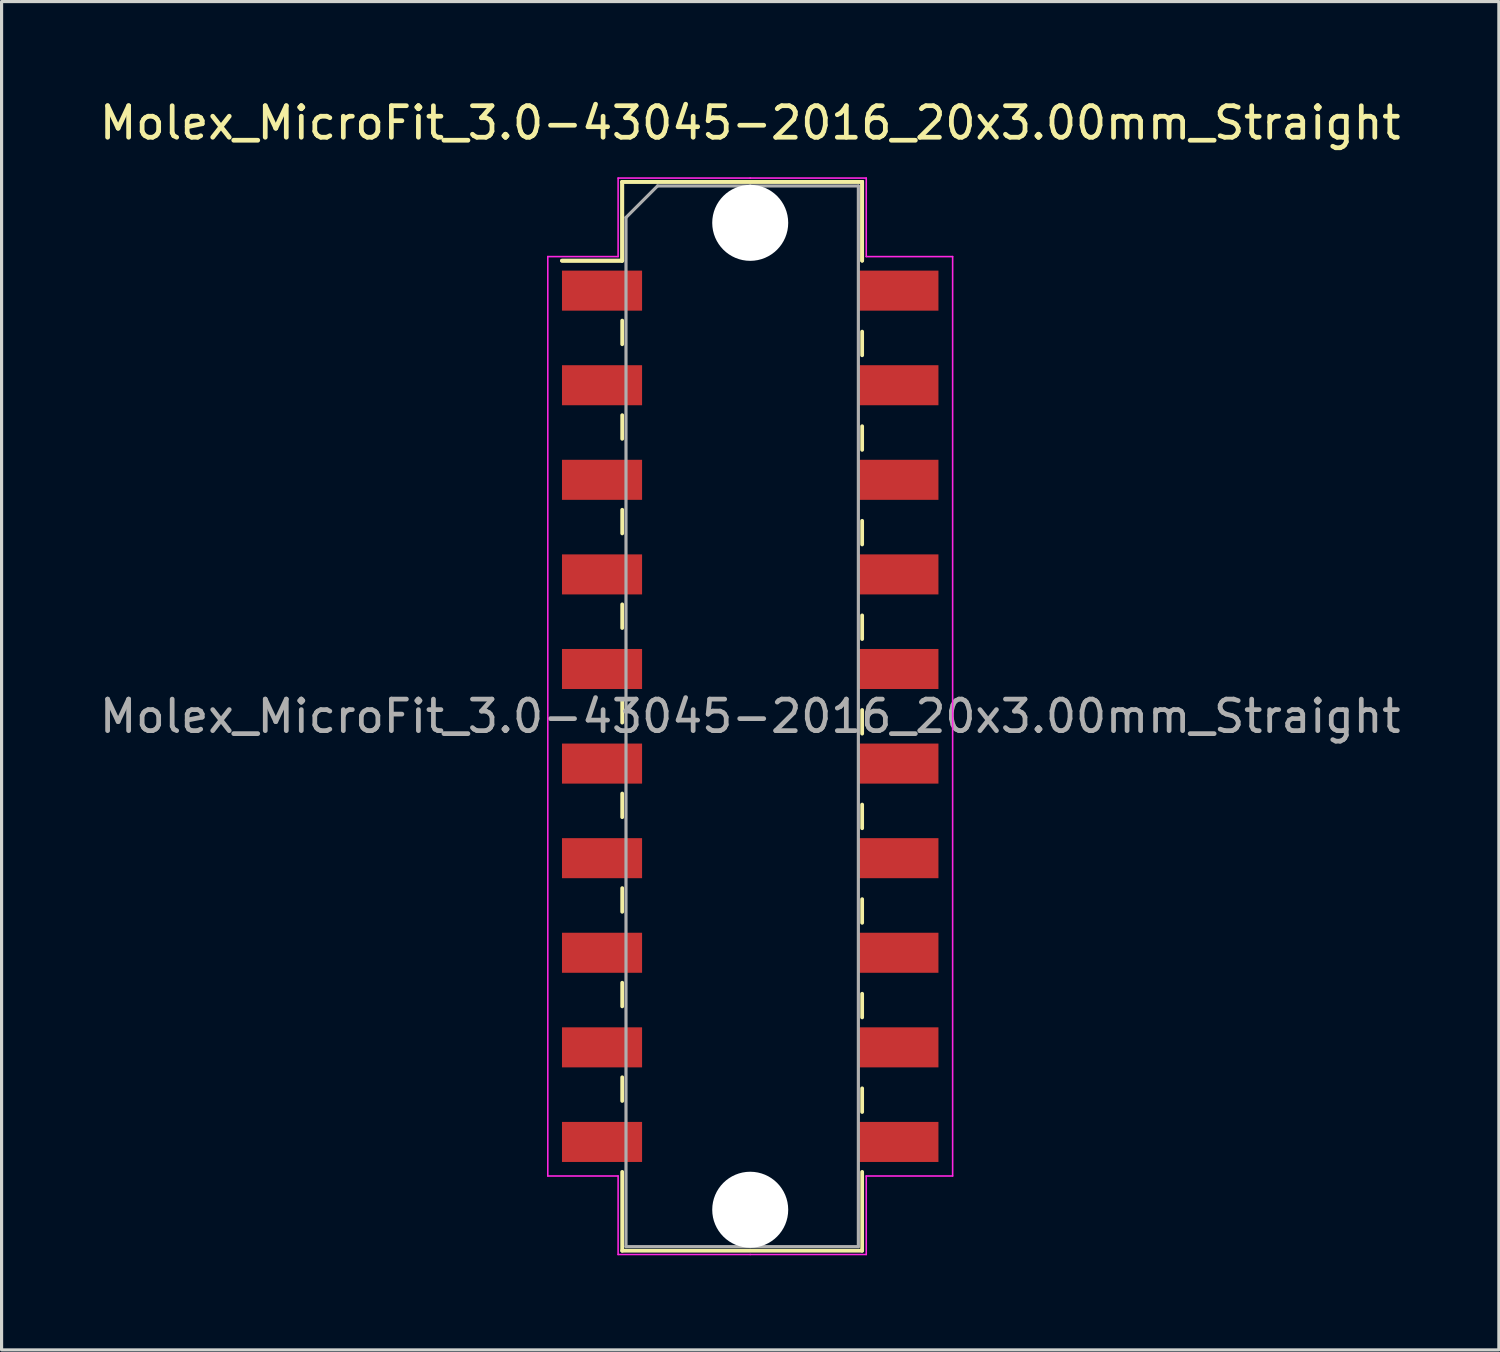
<source format=kicad_pcb>
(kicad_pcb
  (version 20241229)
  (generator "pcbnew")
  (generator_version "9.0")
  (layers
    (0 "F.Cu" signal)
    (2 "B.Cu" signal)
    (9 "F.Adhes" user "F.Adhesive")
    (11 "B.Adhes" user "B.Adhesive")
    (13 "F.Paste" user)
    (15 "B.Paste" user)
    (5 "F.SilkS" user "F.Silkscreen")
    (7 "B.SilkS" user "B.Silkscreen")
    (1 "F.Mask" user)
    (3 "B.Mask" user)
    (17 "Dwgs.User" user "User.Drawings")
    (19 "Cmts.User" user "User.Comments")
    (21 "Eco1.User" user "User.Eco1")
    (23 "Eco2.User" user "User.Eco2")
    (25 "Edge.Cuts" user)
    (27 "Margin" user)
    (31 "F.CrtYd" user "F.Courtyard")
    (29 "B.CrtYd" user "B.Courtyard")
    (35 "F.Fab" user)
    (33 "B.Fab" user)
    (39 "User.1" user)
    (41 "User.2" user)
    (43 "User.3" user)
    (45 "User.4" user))
  (footprint "Molex_MicroFit_3.0-43045-2016_20x3.00mm_Straight"
    (layer "F.Cu")
    (at 20.744 19.668)
    (property "Reference" "Molex_MicroFit_3.0-43045-2016_20x3.00mm_Straight" (at 0 -18.82 0) (layer "F.SilkS") (effects (font (size 1 1) (thickness 0.15))))
    (attr smd)
    (fp_line (start -5.97 -14.45) (end -4.06 -14.45) (stroke (width 0.12) (type solid)) (layer "F.SilkS"))
    (fp_line (start -5.97 -14.45) (end -4.06 -14.45) (stroke (width 0.12) (type solid)) (layer "F.SilkS"))
    (fp_line (start -4.06 -16.95) (end 3.55 -16.95) (stroke (width 0.12) (type solid)) (layer "F.SilkS"))
    (fp_line (start -4.06 -16.95) (end 3.55 -16.95) (stroke (width 0.12) (type solid)) (layer "F.SilkS"))
    (fp_line (start -4.06 -14.45) (end -4.06 -16.95) (stroke (width 0.12) (type solid)) (layer "F.SilkS"))
    (fp_line (start -4.06 -14.45) (end -4.06 -16.95) (stroke (width 0.12) (type solid)) (layer "F.SilkS"))
    (fp_line (start -4.06 -12.55) (end -4.06 -11.8) (stroke (width 0.12) (type solid)) (layer "F.SilkS"))
    (fp_line (start -4.06 -9.55) (end -4.06 -8.8) (stroke (width 0.12) (type solid)) (layer "F.SilkS"))
    (fp_line (start -4.06 -6.55) (end -4.06 -5.8) (stroke (width 0.12) (type solid)) (layer "F.SilkS"))
    (fp_line (start -4.06 -3.55) (end -4.06 -2.8) (stroke (width 0.12) (type solid)) (layer "F.SilkS"))
    (fp_line (start -4.06 -0.55) (end -4.06 0.2) (stroke (width 0.12) (type solid)) (layer "F.SilkS"))
    (fp_line (start -4.06 2.45) (end -4.06 3.2) (stroke (width 0.12) (type solid)) (layer "F.SilkS"))
    (fp_line (start -4.06 5.45) (end -4.06 6.2) (stroke (width 0.12) (type solid)) (layer "F.SilkS"))
    (fp_line (start -4.06 8.45) (end -4.06 9.2) (stroke (width 0.12) (type solid)) (layer "F.SilkS"))
    (fp_line (start -4.06 11.45) (end -4.06 12.2) (stroke (width 0.12) (type solid)) (layer "F.SilkS"))
    (fp_line (start -4.06 16.95) (end -4.06 14.45) (stroke (width 0.12) (type solid)) (layer "F.SilkS"))
    (fp_line (start 3.55 -16.95) (end 3.55 -14.45) (stroke (width 0.12) (type solid)) (layer "F.SilkS"))
    (fp_line (start 3.55 -16.95) (end 3.55 -14.45) (stroke (width 0.12) (type solid)) (layer "F.SilkS"))
    (fp_line (start 3.55 -11.45) (end 3.55 -12.2) (stroke (width 0.12) (type solid)) (layer "F.SilkS"))
    (fp_line (start 3.55 -8.45) (end 3.55 -9.2) (stroke (width 0.12) (type solid)) (layer "F.SilkS"))
    (fp_line (start 3.55 -5.45) (end 3.55 -6.2) (stroke (width 0.12) (type solid)) (layer "F.SilkS"))
    (fp_line (start 3.55 -2.45) (end 3.55 -3.2) (stroke (width 0.12) (type solid)) (layer "F.SilkS"))
    (fp_line (start 3.55 0.55) (end 3.55 -0.2) (stroke (width 0.12) (type solid)) (layer "F.SilkS"))
    (fp_line (start 3.55 3.55) (end 3.55 2.8) (stroke (width 0.12) (type solid)) (layer "F.SilkS"))
    (fp_line (start 3.55 6.55) (end 3.55 5.8) (stroke (width 0.12) (type solid)) (layer "F.SilkS"))
    (fp_line (start 3.55 9.55) (end 3.55 8.8) (stroke (width 0.12) (type solid)) (layer "F.SilkS"))
    (fp_line (start 3.55 12.55) (end 3.55 11.8) (stroke (width 0.12) (type solid)) (layer "F.SilkS"))
    (fp_line (start 3.55 14.45) (end 3.55 16.95) (stroke (width 0.12) (type solid)) (layer "F.SilkS"))
    (fp_line (start 3.55 16.95) (end -4.06 16.95) (stroke (width 0.12) (type solid)) (layer "F.SilkS"))
    (fp_line (start -6.42 -14.58) (end -4.19 -14.58) (stroke (width 0.05) (type solid)) (layer "F.CrtYd"))
    (fp_line (start -6.42 14.58) (end -6.42 -14.58) (stroke (width 0.05) (type solid)) (layer "F.CrtYd"))
    (fp_line (start -4.19 -17.07) (end 0 -17.07) (stroke (width 0.05) (type solid)) (layer "F.CrtYd"))
    (fp_line (start -4.19 -14.58) (end -4.19 -17.07) (stroke (width 0.05) (type solid)) (layer "F.CrtYd"))
    (fp_line (start -4.19 14.58) (end -6.42 14.58) (stroke (width 0.05) (type solid)) (layer "F.CrtYd"))
    (fp_line (start -4.19 17.07) (end -4.19 14.58) (stroke (width 0.05) (type solid)) (layer "F.CrtYd"))
    (fp_line (start 0 -17.07) (end 3.68 -17.07) (stroke (width 0.05) (type solid)) (layer "F.CrtYd"))
    (fp_line (start 0 17.07) (end -4.19 17.07) (stroke (width 0.05) (type solid)) (layer "F.CrtYd"))
    (fp_line (start 3.68 -17.07) (end 3.68 -14.58) (stroke (width 0.05) (type solid)) (layer "F.CrtYd"))
    (fp_line (start 3.68 -14.58) (end 6.42 -14.58) (stroke (width 0.05) (type solid)) (layer "F.CrtYd"))
    (fp_line (start 3.68 14.58) (end 3.68 17.07) (stroke (width 0.05) (type solid)) (layer "F.CrtYd"))
    (fp_line (start 3.68 17.07) (end 0 17.07) (stroke (width 0.05) (type solid)) (layer "F.CrtYd"))
    (fp_line (start 6.42 -14.58) (end 6.42 14.58) (stroke (width 0.05) (type solid)) (layer "F.CrtYd"))
    (fp_line (start 6.42 14.58) (end 3.68 14.58) (stroke (width 0.05) (type solid)) (layer "F.CrtYd"))
    (fp_line (start -3.94 -15.82) (end -2.94 -16.82) (stroke (width 0.1) (type solid)) (layer "F.Fab"))
    (fp_line (start -3.94 16.82) (end -3.94 -15.82) (stroke (width 0.1) (type solid)) (layer "F.Fab"))
    (fp_line (start -2.94 -16.82) (end 0 -16.82) (stroke (width 0.1) (type solid)) (layer "F.Fab"))
    (fp_line (start 0 -16.82) (end 3.43 -16.82) (stroke (width 0.1) (type solid)) (layer "F.Fab"))
    (fp_line (start 0 16.82) (end -3.94 16.82) (stroke (width 0.1) (type solid)) (layer "F.Fab"))
    (fp_line (start 3.43 -16.82) (end 3.43 16.82) (stroke (width 0.1) (type solid)) (layer "F.Fab"))
    (fp_line (start 3.43 16.82) (end 0 16.82) (stroke (width 0.1) (type solid)) (layer "F.Fab"))
    (fp_text user "${REFERENCE}" (at 0 0 0) (layer "F.Fab") (effects (font (size 1 1) (thickness 0.15))))
    (pad "" np_thru_hole circle (at 0 -15.65) (size 2.41 2.41) (drill 2.41) (layers "*.Cu"))
    (pad "" np_thru_hole circle (at 0 15.65) (size 2.41 2.41) (drill 2.41) (layers "*.Cu"))
    (pad "1" smd rect (at -4.7 -13.5) (size 2.54 1.27) (layers "F.Cu" "F.Mask" "F.Paste"))
    (pad "2" smd rect (at -4.7 -10.5) (size 2.54 1.27) (layers "F.Cu" "F.Mask" "F.Paste"))
    (pad "3" smd rect (at -4.7 -7.5) (size 2.54 1.27) (layers "F.Cu" "F.Mask" "F.Paste"))
    (pad "4" smd rect (at -4.7 -4.5) (size 2.54 1.27) (layers "F.Cu" "F.Mask" "F.Paste"))
    (pad "5" smd rect (at -4.7 -1.5) (size 2.54 1.27) (layers "F.Cu" "F.Mask" "F.Paste"))
    (pad "6" smd rect (at -4.7 1.5) (size 2.54 1.27) (layers "F.Cu" "F.Mask" "F.Paste"))
    (pad "7" smd rect (at -4.7 4.5) (size 2.54 1.27) (layers "F.Cu" "F.Mask" "F.Paste"))
    (pad "8" smd rect (at -4.7 7.5) (size 2.54 1.27) (layers "F.Cu" "F.Mask" "F.Paste"))
    (pad "9" smd rect (at -4.7 10.5) (size 2.54 1.27) (layers "F.Cu" "F.Mask" "F.Paste"))
    (pad "10" smd rect (at -4.7 13.5) (size 2.54 1.27) (layers "F.Cu" "F.Mask" "F.Paste"))
    (pad "11" smd rect (at 4.7 13.5) (size 2.54 1.27) (layers "F.Cu" "F.Mask" "F.Paste"))
    (pad "12" smd rect (at 4.7 10.5) (size 2.54 1.27) (layers "F.Cu" "F.Mask" "F.Paste"))
    (pad "13" smd rect (at 4.7 7.5) (size 2.54 1.27) (layers "F.Cu" "F.Mask" "F.Paste"))
    (pad "14" smd rect (at 4.7 4.5) (size 2.54 1.27) (layers "F.Cu" "F.Mask" "F.Paste"))
    (pad "15" smd rect (at 4.7 1.5) (size 2.54 1.27) (layers "F.Cu" "F.Mask" "F.Paste"))
    (pad "16" smd rect (at 4.7 -1.5) (size 2.54 1.27) (layers "F.Cu" "F.Mask" "F.Paste"))
    (pad "17" smd rect (at 4.7 -4.5) (size 2.54 1.27) (layers "F.Cu" "F.Mask" "F.Paste"))
    (pad "18" smd rect (at 4.7 -7.5) (size 2.54 1.27) (layers "F.Cu" "F.Mask" "F.Paste"))
    (pad "19" smd rect (at 4.7 -10.5) (size 2.54 1.27) (layers "F.Cu" "F.Mask" "F.Paste"))
    (pad "20" smd rect (at 4.7 -13.5) (size 2.54 1.27) (layers "F.Cu" "F.Mask" "F.Paste")))
  (gr_rect
    (start -3 -3)
    (end 44.488 39.763)
    (stroke (width 0.1) (type default))
    (fill no)
    (layer "Edge.Cuts")))
</source>
